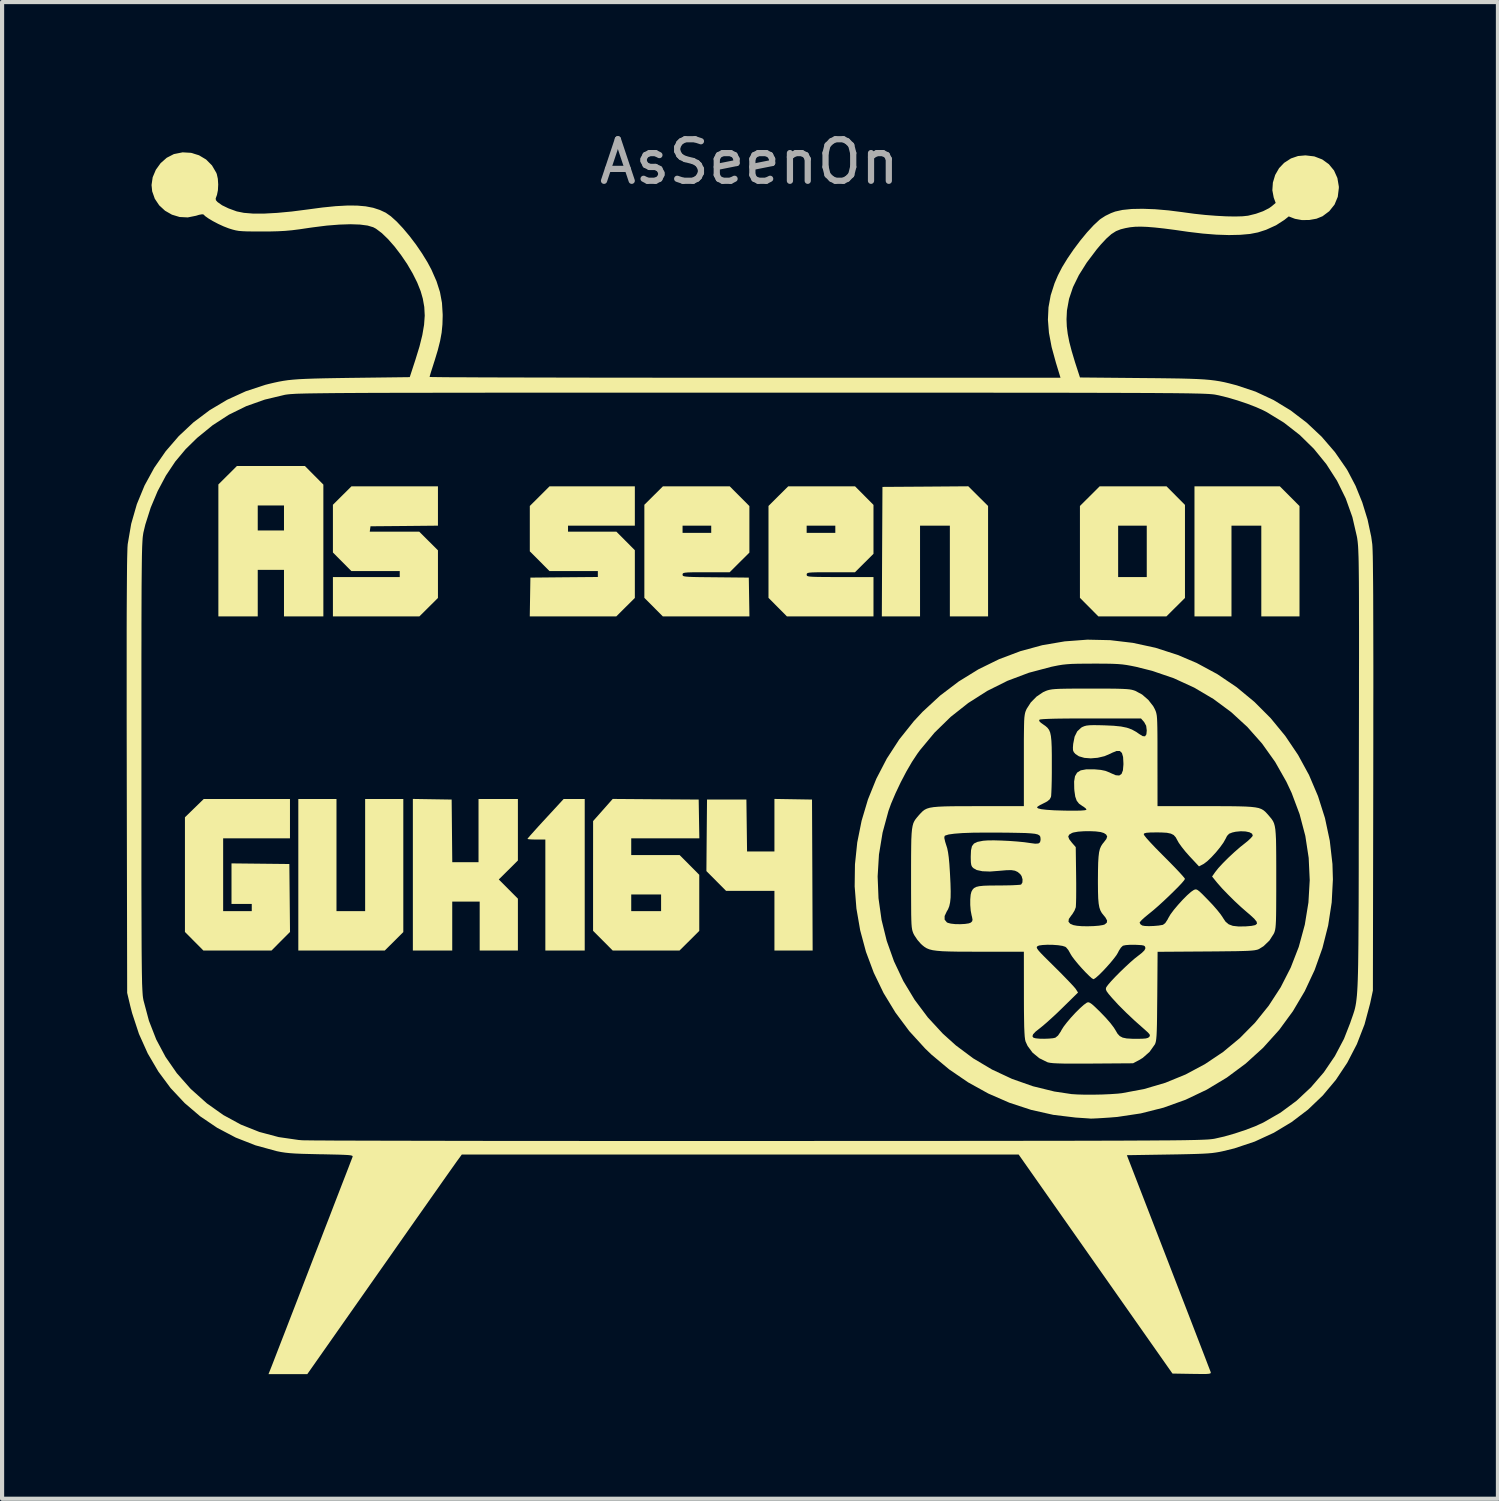
<source format=kicad_pcb>
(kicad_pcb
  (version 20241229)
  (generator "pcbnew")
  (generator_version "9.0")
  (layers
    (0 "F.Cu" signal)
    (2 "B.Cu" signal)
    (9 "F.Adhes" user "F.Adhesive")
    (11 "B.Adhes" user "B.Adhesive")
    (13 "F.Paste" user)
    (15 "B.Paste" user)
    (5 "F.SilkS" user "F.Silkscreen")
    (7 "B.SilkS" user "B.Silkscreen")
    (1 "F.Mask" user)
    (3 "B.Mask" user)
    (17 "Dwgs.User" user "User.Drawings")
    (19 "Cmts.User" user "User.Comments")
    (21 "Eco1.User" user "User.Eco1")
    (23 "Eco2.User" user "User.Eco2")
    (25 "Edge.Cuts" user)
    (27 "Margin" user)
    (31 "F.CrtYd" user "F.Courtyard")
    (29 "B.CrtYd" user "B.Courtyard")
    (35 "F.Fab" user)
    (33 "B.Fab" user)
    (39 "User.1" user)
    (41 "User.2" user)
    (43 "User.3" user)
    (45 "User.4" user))
  (footprint "AsSeenOn"
    (layer "F.Cu")
    (at 14.994 15.326)
    (property "Reference" "AsSeenOn" (at 0 -14.478 0) (unlocked yes) (layer "F.Fab") (effects (font (size 1 1) (thickness 0.15))))
    (attr smd)
    (fp_poly (pts (xy -9.942 3.563) (xy -9.252 3.563) (xy -9.252 0.862) (xy -8.333 0.862) (xy -8.333 4.067) (xy -8.779 4.511) (xy -10.861 4.511) (xy -10.861 0.862) (xy -9.942 0.862)) (stroke (width 0) (type solid)) (fill yes) (layer "F.SilkS"))
    (fp_poly (pts (xy 13.01 -6.428) (xy 13.246 -6.191) (xy 13.246 -3.534) (xy 12.326 -3.534) (xy 12.326 -5.718) (xy 11.608 -5.718) (xy 11.608 -3.534) (xy 10.717 -3.534) (xy 10.717 -6.666) (xy 12.773 -6.666)) (stroke (width 0) (type solid)) (fill yes) (layer "F.SilkS"))
    (fp_poly (pts (xy 5.747 -6.193) (xy 5.747 -3.534) (xy 4.827 -3.534) (xy 4.827 -5.718) (xy 4.109 -5.718) (xy 4.109 -3.534) (xy 3.189 -3.534) (xy 3.196 -5.093) (xy 3.204 -6.652) (xy 4.237 -6.659) (xy 5.271 -6.667)) (stroke (width 0) (type solid)) (fill yes) (layer "F.SilkS"))
    (fp_poly (pts (xy 1.508 0.876) (xy 1.516 2.694) (xy 1.523 4.511) (xy 0.603 4.511) (xy 0.603 3.074) (xy -0.562 3.074) (xy -1.035 2.598) (xy -1.028 1.737) (xy -1.02 0.876) (xy -0.072 0.876) (xy -0.064 1.501) (xy -0.056 2.126) (xy 0.603 2.126) (xy 0.603 0.861)) (stroke (width 0) (type solid)) (fill yes) (layer "F.SilkS"))
    (fp_poly (pts (xy -3.965 4.511) (xy -4.913 4.511) (xy -4.913 1.839) (xy -5.129 1.839) (xy -5.232 1.837) (xy -5.308 1.832) (xy -5.343 1.825) (xy -5.344 1.824) (xy -5.326 1.799) (xy -5.274 1.738) (xy -5.193 1.648) (xy -5.091 1.534) (xy -4.971 1.403) (xy -4.908 1.335) (xy -4.472 0.862) (xy -3.965 0.862)) (stroke (width 0) (type solid)) (fill yes) (layer "F.SilkS"))
    (fp_poly (pts (xy 10.488 -6.219) (xy 10.488 -3.978) (xy 10.041 -3.534) (xy 8.403 -3.534) (xy 7.959 -3.981) (xy 7.959 -4.482) (xy 8.879 -4.482) (xy 9.568 -4.482) (xy 9.568 -5.718) (xy 8.879 -5.718) (xy 8.879 -4.482) (xy 7.959 -4.482) (xy 7.959 -6.193) (xy 8.197 -6.43) (xy 8.434 -6.666) (xy 10.044 -6.666)) (stroke (width 0) (type solid)) (fill yes) (layer "F.SilkS"))
    (fp_poly (pts (xy -11.062 1.81) (xy -12.671 1.81) (xy -12.671 3.563) (xy -11.982 3.563) (xy -11.982 3.39) (xy -12.47 3.39) (xy -12.47 2.413) (xy -11.077 2.428) (xy -11.061 4.064) (xy -11.284 4.287) (xy -11.506 4.511) (xy -13.147 4.511) (xy -13.591 4.064) (xy -13.591 1.303) (xy -13.364 1.082) (xy -13.138 0.862) (xy -11.062 0.862)) (stroke (width 0) (type solid)) (fill yes) (layer "F.SilkS"))
    (fp_poly (pts (xy -7.169 0.876) (xy -7.154 2.385) (xy -6.522 2.385) (xy -6.522 0.862) (xy -5.574 0.862) (xy -5.574 2.343) (xy -5.804 2.572) (xy -6.034 2.8) (xy -5.804 3.031) (xy -5.574 3.262) (xy -5.574 4.511) (xy -6.494 4.511) (xy -6.494 3.333) (xy -7.155 3.333) (xy -7.155 4.511) (xy -8.103 4.511) (xy -8.103 0.861)) (stroke (width 0) (type solid)) (fill yes) (layer "F.SilkS"))
    (fp_poly (pts (xy -10.48 -6.931) (xy -10.258 -6.708) (xy -10.258 -3.534) (xy -11.206 -3.534) (xy -11.206 -4.655) (xy -11.838 -4.655) (xy -11.838 -3.534) (xy -12.786 -3.534) (xy -12.786 -5.603) (xy -11.838 -5.603) (xy -11.206 -5.603) (xy -11.206 -6.206) (xy -11.838 -6.206) (xy -11.838 -5.603) (xy -12.786 -5.603) (xy -12.786 -6.711) (xy -12.563 -6.933) (xy -12.34 -7.155) (xy -10.702 -7.155)) (stroke (width 0) (type solid)) (fill yes) (layer "F.SilkS"))
    (fp_poly (pts (xy -7.499 -5.719) (xy -8.311 -5.711) (xy -9.123 -5.704) (xy -9.132 -5.639) (xy -9.141 -5.574) (xy -7.949 -5.574) (xy -7.499 -5.125) (xy -7.499 -3.978) (xy -7.946 -3.534) (xy -10.028 -3.534) (xy -10.028 -4.482) (xy -8.419 -4.482) (xy -8.419 -4.626) (xy -9.584 -4.626) (xy -10.028 -5.073) (xy -10.028 -6.222) (xy -9.805 -6.444) (xy -9.581 -6.666) (xy -7.499 -6.666)) (stroke (width 0) (type solid)) (fill yes) (layer "F.SilkS"))
    (fp_poly (pts (xy -2.758 -5.718) (xy -4.367 -5.718) (xy -4.367 -5.574) (xy -3.202 -5.574) (xy -2.98 -5.351) (xy -2.758 -5.128) (xy -2.758 -3.978) (xy -2.982 -3.756) (xy -3.205 -3.534) (xy -5.288 -3.534) (xy -5.273 -4.468) (xy -4.461 -4.476) (xy -3.649 -4.483) (xy -3.649 -4.626) (xy -4.814 -4.626) (xy -5.05 -4.864) (xy -5.287 -5.101) (xy -5.287 -6.193) (xy -5.049 -6.43) (xy -4.812 -6.666) (xy -2.758 -6.666)) (stroke (width 0) (type solid)) (fill yes) (layer "F.SilkS"))
    (fp_poly (pts (xy -2.256 0.869) (xy -1.221 0.876) (xy -1.205 1.81) (xy -2.845 1.81) (xy -2.845 2.212) (xy -1.68 2.212) (xy -1.443 2.45) (xy -1.207 2.688) (xy -1.207 4.038) (xy -1.444 4.275) (xy -1.682 4.511) (xy -3.291 4.511) (xy -3.764 4.036) (xy -3.764 3.563) (xy -2.845 3.563) (xy -2.126 3.563) (xy -2.126 3.161) (xy -2.845 3.161) (xy -2.845 3.563) (xy -3.764 3.563) (xy -3.764 2.715) (xy -3.763 1.394) (xy -3.291 0.861)) (stroke (width 0) (type solid)) (fill yes) (layer "F.SilkS"))
    (fp_poly (pts (xy 0 -6.191) (xy 0 -5.07) (xy -0.238 -4.834) (xy -0.475 -4.597) (xy -1.042 -4.597) (xy -1.236 -4.597) (xy -1.38 -4.596) (xy -1.481 -4.593) (xy -1.547 -4.587) (xy -1.585 -4.579) (xy -1.603 -4.566) (xy -1.609 -4.549) (xy -1.609 -4.54) (xy -1.607 -4.523) (xy -1.597 -4.51) (xy -1.573 -4.5) (xy -1.527 -4.493) (xy -1.455 -4.487) (xy -1.35 -4.483) (xy -1.205 -4.48) (xy -1.014 -4.478) (xy -0.812 -4.476) (xy -0.014 -4.468) (xy 0.001 -3.534) (xy -2.084 -3.534) (xy -2.529 -3.981) (xy -2.529 -5.545) (xy -1.609 -5.545) (xy -0.919 -5.545) (xy -0.919 -5.718) (xy -1.609 -5.718) (xy -1.609 -5.545) (xy -2.529 -5.545) (xy -2.529 -6.222) (xy -2.082 -6.666) (xy -0.473 -6.666)) (stroke (width 0) (type solid)) (fill yes) (layer "F.SilkS"))
    (fp_poly (pts (xy 2.766 -6.443) (xy 2.988 -6.219) (xy 2.988 -5.041) (xy 2.765 -4.819) (xy 2.542 -4.597) (xy 1.96 -4.597) (xy 1.764 -4.597) (xy 1.618 -4.596) (xy 1.514 -4.593) (xy 1.446 -4.588) (xy 1.406 -4.58) (xy 1.386 -4.567) (xy 1.38 -4.551) (xy 1.379 -4.54) (xy 1.381 -4.523) (xy 1.39 -4.51) (xy 1.414 -4.5) (xy 1.457 -4.493) (xy 1.528 -4.488) (xy 1.631 -4.485) (xy 1.772 -4.483) (xy 1.96 -4.482) (xy 2.184 -4.482) (xy 2.988 -4.482) (xy 2.988 -3.534) (xy 0.904 -3.534) (xy 0.682 -3.757) (xy 0.46 -3.981) (xy 0.46 -5.545) (xy 1.379 -5.545) (xy 2.069 -5.545) (xy 2.069 -5.718) (xy 1.379 -5.718) (xy 1.379 -5.545) (xy 0.46 -5.545) (xy 0.46 -6.193) (xy 0.697 -6.43) (xy 0.935 -6.666) (xy 2.544 -6.666)) (stroke (width 0) (type solid)) (fill yes) (layer "F.SilkS"))
    (fp_poly (pts (xy 8.686 -2.962) (xy 9.234 -2.897) (xy 9.778 -2.779) (xy 10.314 -2.606) (xy 10.769 -2.413) (xy 11.267 -2.144) (xy 11.732 -1.83) (xy 12.161 -1.475) (xy 12.552 -1.083) (xy 12.903 -0.656) (xy 13.211 -0.199) (xy 13.475 0.285) (xy 13.691 0.793) (xy 13.859 1.322) (xy 13.975 1.868) (xy 14.039 2.427) (xy 14.05 2.797) (xy 14.021 3.354) (xy 13.936 3.907) (xy 13.798 4.452) (xy 13.61 4.981) (xy 13.372 5.49) (xy 13.087 5.972) (xy 12.758 6.421) (xy 12.751 6.429) (xy 12.368 6.854) (xy 11.948 7.235) (xy 11.495 7.571) (xy 11.013 7.861) (xy 10.505 8.103) (xy 9.974 8.294) (xy 9.424 8.433) (xy 8.859 8.518) (xy 8.673 8.533) (xy 8.522 8.543) (xy 8.39 8.551) (xy 8.288 8.556) (xy 8.227 8.558) (xy 8.218 8.558) (xy 8.173 8.554) (xy 8.084 8.548) (xy 7.965 8.54) (xy 7.858 8.533) (xy 7.319 8.468) (xy 6.785 8.348) (xy 6.261 8.176) (xy 5.754 7.955) (xy 5.268 7.686) (xy 4.81 7.373) (xy 4.385 7.018) (xy 4.233 6.872) (xy 3.85 6.452) (xy 3.517 6.005) (xy 3.231 5.535) (xy 2.995 5.046) (xy 2.807 4.542) (xy 2.668 4.025) (xy 2.577 3.499) (xy 2.535 2.969) (xy 2.538 2.728) (xy 3.088 2.728) (xy 3.109 3.253) (xy 3.182 3.772) (xy 3.307 4.279) (xy 3.482 4.771) (xy 3.706 5.245) (xy 3.978 5.696) (xy 4.296 6.121) (xy 4.66 6.515) (xy 4.971 6.795) (xy 5.389 7.107) (xy 5.843 7.377) (xy 6.324 7.602) (xy 6.827 7.779) (xy 7.344 7.906) (xy 7.758 7.968) (xy 7.897 7.977) (xy 8.077 7.982) (xy 8.28 7.982) (xy 8.491 7.978) (xy 8.693 7.969) (xy 8.87 7.957) (xy 8.969 7.946) (xy 9.501 7.847) (xy 10.014 7.696) (xy 10.504 7.495) (xy 10.968 7.247) (xy 11.404 6.955) (xy 11.807 6.621) (xy 12.175 6.249) (xy 12.504 5.84) (xy 12.792 5.397) (xy 13.034 4.923) (xy 13.229 4.421) (xy 13.23 4.417) (xy 13.374 3.887) (xy 13.461 3.353) (xy 13.492 2.816) (xy 13.467 2.281) (xy 13.386 1.751) (xy 13.248 1.228) (xy 13.056 0.715) (xy 12.929 0.445) (xy 12.659 -0.031) (xy 12.346 -0.47) (xy 11.992 -0.87) (xy 11.6 -1.23) (xy 11.173 -1.546) (xy 10.711 -1.819) (xy 10.219 -2.045) (xy 9.698 -2.223) (xy 9.311 -2.32) (xy 9.189 -2.345) (xy 9.082 -2.364) (xy 8.979 -2.378) (xy 8.87 -2.387) (xy 8.742 -2.393) (xy 8.584 -2.396) (xy 8.385 -2.397) (xy 8.289 -2.397) (xy 8.07 -2.396) (xy 7.897 -2.394) (xy 7.758 -2.39) (xy 7.643 -2.382) (xy 7.539 -2.371) (xy 7.435 -2.354) (xy 7.32 -2.331) (xy 7.268 -2.32) (xy 6.729 -2.177) (xy 6.214 -1.983) (xy 5.727 -1.74) (xy 5.27 -1.449) (xy 4.846 -1.114) (xy 4.457 -0.734) (xy 4.107 -0.313) (xy 4.044 -0.227) (xy 3.914 -0.03) (xy 3.777 0.206) (xy 3.642 0.464) (xy 3.518 0.726) (xy 3.412 0.975) (xy 3.349 1.149) (xy 3.207 1.672) (xy 3.12 2.2) (xy 3.088 2.728) (xy 2.538 2.728) (xy 2.542 2.438) (xy 2.597 1.909) (xy 2.702 1.386) (xy 2.855 0.873) (xy 3.057 0.374) (xy 3.308 -0.109) (xy 3.608 -0.571) (xy 3.957 -1.008) (xy 4.17 -1.237) (xy 4.591 -1.626) (xy 5.04 -1.967) (xy 5.515 -2.26) (xy 6.011 -2.503) (xy 6.525 -2.697) (xy 7.053 -2.841) (xy 7.592 -2.933) (xy 8.138 -2.974)) (stroke (width 0) (type solid)) (fill yes) (layer "F.SilkS"))
    (fp_poly (pts (xy -13.443 -14.696) (xy -13.252 -14.637) (xy -13.081 -14.535) (xy -12.94 -14.393) (xy -12.837 -14.217) (xy -12.824 -14.185) (xy -12.799 -14.072) (xy -12.79 -13.934) (xy -12.797 -13.795) (xy -12.82 -13.681) (xy -12.827 -13.664) (xy -12.851 -13.597) (xy -12.845 -13.555) (xy -12.808 -13.513) (xy -12.805 -13.51) (xy -12.696 -13.433) (xy -12.541 -13.358) (xy -12.355 -13.29) (xy -12.34 -13.285) (xy -12.171 -13.251) (xy -11.951 -13.233) (xy -11.684 -13.233) (xy -11.372 -13.25) (xy -11.019 -13.283) (xy -10.646 -13.331) (xy -10.278 -13.38) (xy -9.96 -13.412) (xy -9.685 -13.427) (xy -9.447 -13.426) (xy -9.24 -13.408) (xy -9.059 -13.373) (xy -8.897 -13.32) (xy -8.756 -13.254) (xy -8.634 -13.169) (xy -8.493 -13.042) (xy -8.341 -12.88) (xy -8.183 -12.692) (xy -8.028 -12.488) (xy -7.882 -12.274) (xy -7.751 -12.061) (xy -7.655 -11.881) (xy -7.533 -11.603) (xy -7.45 -11.343) (xy -7.402 -11.083) (xy -7.385 -10.804) (xy -7.385 -10.766) (xy -7.391 -10.562) (xy -7.41 -10.367) (xy -7.447 -10.166) (xy -7.503 -9.944) (xy -7.581 -9.686) (xy -7.588 -9.666) (xy -7.63 -9.533) (xy -7.666 -9.421) (xy -7.69 -9.34) (xy -7.7 -9.301) (xy -7.7 -9.3) (xy -7.672 -9.298) (xy -7.589 -9.297) (xy -7.453 -9.295) (xy -7.266 -9.293) (xy -7.031 -9.292) (xy -6.751 -9.291) (xy -6.428 -9.289) (xy -6.063 -9.288) (xy -5.661 -9.287) (xy -5.221 -9.286) (xy -4.749 -9.285) (xy -4.244 -9.284) (xy -3.711 -9.283) (xy -3.151 -9.282) (xy -2.566 -9.282) (xy -1.96 -9.281) (xy -1.334 -9.281) (xy -0.691 -9.281) (xy -0.105 -9.281) (xy 7.491 -9.281) (xy 7.38 -9.645) (xy 7.277 -10.021) (xy 7.213 -10.362) (xy 7.188 -10.678) (xy 7.202 -10.977) (xy 7.255 -11.266) (xy 7.348 -11.556) (xy 7.43 -11.748) (xy 7.53 -11.942) (xy 7.659 -12.153) (xy 7.808 -12.371) (xy 7.968 -12.584) (xy 8.131 -12.782) (xy 8.288 -12.952) (xy 8.431 -13.085) (xy 8.463 -13.109) (xy 8.572 -13.179) (xy 8.706 -13.244) (xy 8.807 -13.282) (xy 8.982 -13.321) (xy 9.205 -13.344) (xy 9.469 -13.349) (xy 9.768 -13.338) (xy 10.094 -13.31) (xy 10.44 -13.266) (xy 10.459 -13.263) (xy 10.718 -13.228) (xy 10.98 -13.2) (xy 11.238 -13.18) (xy 11.479 -13.167) (xy 11.694 -13.163) (xy 11.873 -13.168) (xy 12.006 -13.182) (xy 12.01 -13.183) (xy 12.197 -13.229) (xy 12.37 -13.291) (xy 12.512 -13.363) (xy 12.579 -13.411) (xy 12.672 -13.49) (xy 12.625 -13.619) (xy 12.592 -13.794) (xy 12.605 -13.98) (xy 12.66 -14.163) (xy 12.754 -14.327) (xy 12.876 -14.455) (xy 13.04 -14.561) (xy 13.21 -14.619) (xy 13.39 -14.635) (xy 13.603 -14.61) (xy 13.793 -14.537) (xy 13.953 -14.422) (xy 14.077 -14.271) (xy 14.158 -14.09) (xy 14.193 -13.884) (xy 14.193 -13.849) (xy 14.167 -13.636) (xy 14.089 -13.449) (xy 13.962 -13.29) (xy 13.8 -13.169) (xy 13.655 -13.11) (xy 13.481 -13.079) (xy 13.303 -13.077) (xy 13.142 -13.106) (xy 13.116 -13.115) (xy 12.987 -13.165) (xy 12.88 -13.08) (xy 12.681 -12.952) (xy 12.441 -12.843) (xy 12.245 -12.78) (xy 12.055 -12.743) (xy 11.819 -12.722) (xy 11.545 -12.716) (xy 11.242 -12.726) (xy 10.918 -12.752) (xy 10.582 -12.792) (xy 10.559 -12.795) (xy 10.247 -12.84) (xy 9.985 -12.874) (xy 9.764 -12.898) (xy 9.579 -12.913) (xy 9.423 -12.919) (xy 9.288 -12.916) (xy 9.167 -12.904) (xy 9.053 -12.883) (xy 8.941 -12.855) (xy 8.829 -12.811) (xy 8.716 -12.739) (xy 8.596 -12.632) (xy 8.459 -12.485) (xy 8.362 -12.37) (xy 8.122 -12.052) (xy 7.933 -11.751) (xy 7.792 -11.463) (xy 7.697 -11.18) (xy 7.646 -10.899) (xy 7.636 -10.689) (xy 7.643 -10.516) (xy 7.665 -10.337) (xy 7.703 -10.143) (xy 7.761 -9.921) (xy 7.839 -9.66) (xy 7.857 -9.604) (xy 7.96 -9.287) (xy 9.461 -9.273) (xy 9.818 -9.27) (xy 10.123 -9.266) (xy 10.383 -9.262) (xy 10.604 -9.256) (xy 10.791 -9.249) (xy 10.951 -9.24) (xy 11.089 -9.228) (xy 11.212 -9.213) (xy 11.326 -9.195) (xy 11.437 -9.173) (xy 11.55 -9.146) (xy 11.672 -9.114) (xy 11.74 -9.096) (xy 12.188 -8.946) (xy 12.621 -8.744) (xy 13.034 -8.493) (xy 13.421 -8.197) (xy 13.778 -7.862) (xy 14.098 -7.491) (xy 14.377 -7.088) (xy 14.407 -7.038) (xy 14.596 -6.677) (xy 14.757 -6.28) (xy 14.885 -5.865) (xy 14.973 -5.452) (xy 14.998 -5.273) (xy 15.002 -5.214) (xy 15.006 -5.118) (xy 15.01 -4.984) (xy 15.013 -4.811) (xy 15.015 -4.596) (xy 15.018 -4.339) (xy 15.02 -4.038) (xy 15.021 -3.691) (xy 15.022 -3.297) (xy 15.023 -2.855) (xy 15.024 -2.362) (xy 15.024 -1.819) (xy 15.023 -1.222) (xy 15.023 -0.571) (xy 15.022 0.136) (xy 15.022 0.244) (xy 15.013 5.474) (xy 14.947 5.783) (xy 14.812 6.289) (xy 14.627 6.766) (xy 14.396 7.212) (xy 14.121 7.626) (xy 13.805 8.003) (xy 13.449 8.343) (xy 13.055 8.642) (xy 12.628 8.899) (xy 12.168 9.111) (xy 11.678 9.275) (xy 11.4 9.343) (xy 11.314 9.361) (xy 11.23 9.375) (xy 11.14 9.387) (xy 11.036 9.396) (xy 10.912 9.403) (xy 10.758 9.409) (xy 10.569 9.414) (xy 10.336 9.419) (xy 10.097 9.423) (xy 9.089 9.439) (xy 10.09 12.025) (xy 10.232 12.393) (xy 10.369 12.747) (xy 10.499 13.083) (xy 10.62 13.396) (xy 10.731 13.684) (xy 10.83 13.941) (xy 10.917 14.166) (xy 10.989 14.353) (xy 11.045 14.5) (xy 11.084 14.601) (xy 11.105 14.655) (xy 11.107 14.662) (xy 11.11 14.681) (xy 11.098 14.694) (xy 11.065 14.702) (xy 11.002 14.707) (xy 10.901 14.708) (xy 10.754 14.706) (xy 10.656 14.705) (xy 10.187 14.697) (xy 8.336 12.061) (xy 6.484 9.424) (xy -6.925 9.424) (xy -7.047 9.591) (xy -7.08 9.638) (xy -7.144 9.728) (xy -7.236 9.858) (xy -7.354 10.025) (xy -7.495 10.226) (xy -7.658 10.457) (xy -7.84 10.716) (xy -8.038 10.997) (xy -8.25 11.299) (xy -8.474 11.618) (xy -8.707 11.951) (xy -8.907 12.235) (xy -10.645 14.711) (xy -11.579 14.711) (xy -11.519 14.56) (xy -11.503 14.52) (xy -11.468 14.43) (xy -11.416 14.295) (xy -11.349 14.122) (xy -11.268 13.913) (xy -11.175 13.674) (xy -11.073 13.409) (xy -10.962 13.123) (xy -10.845 12.82) (xy -10.724 12.506) (xy -10.6 12.185) (xy -10.475 11.861) (xy -10.35 11.54) (xy -10.229 11.225) (xy -10.111 10.922) (xy -10.001 10.635) (xy -9.898 10.369) (xy -9.805 10.128) (xy -9.723 9.917) (xy -9.655 9.741) (xy -9.603 9.605) (xy -9.567 9.512) (xy -9.554 9.478) (xy -9.553 9.464) (xy -9.565 9.452) (xy -9.598 9.443) (xy -9.656 9.436) (xy -9.747 9.431) (xy -9.875 9.426) (xy -10.048 9.422) (xy -10.271 9.417) (xy -10.32 9.417) (xy -10.57 9.411) (xy -10.771 9.406) (xy -10.933 9.399) (xy -11.065 9.39) (xy -11.176 9.378) (xy -11.275 9.363) (xy -11.371 9.344) (xy -11.384 9.341) (xy -11.891 9.202) (xy -12.368 9.015) (xy -12.813 8.781) (xy -13.224 8.503) (xy -13.599 8.183) (xy -13.936 7.823) (xy -14.232 7.424) (xy -14.487 6.989) (xy -14.698 6.52) (xy -14.863 6.018) (xy -14.907 5.847) (xy -14.982 5.531) (xy -14.992 0.273) (xy -14.992 0.072) (xy -14.639 0.072) (xy -14.639 0.728) (xy -14.639 1.329) (xy -14.639 1.878) (xy -14.639 2.377) (xy -14.639 2.828) (xy -14.638 3.235) (xy -14.637 3.6) (xy -14.636 3.924) (xy -14.635 4.212) (xy -14.634 4.464) (xy -14.632 4.685) (xy -14.63 4.875) (xy -14.628 5.039) (xy -14.625 5.178) (xy -14.623 5.295) (xy -14.619 5.392) (xy -14.615 5.472) (xy -14.611 5.538) (xy -14.607 5.592) (xy -14.602 5.636) (xy -14.596 5.673) (xy -14.59 5.706) (xy -14.587 5.718) (xy -14.458 6.202) (xy -14.282 6.653) (xy -14.058 7.073) (xy -13.786 7.465) (xy -13.463 7.831) (xy -13.434 7.859) (xy -13.063 8.191) (xy -12.665 8.473) (xy -12.244 8.702) (xy -11.8 8.879) (xy -11.335 9.003) (xy -10.852 9.073) (xy -10.775 9.079) (xy -10.724 9.081) (xy -10.618 9.082) (xy -10.459 9.084) (xy -10.248 9.085) (xy -9.988 9.087) (xy -9.681 9.088) (xy -9.329 9.089) (xy -8.934 9.09) (xy -8.498 9.091) (xy -8.024 9.092) (xy -7.512 9.093) (xy -6.966 9.094) (xy -6.387 9.095) (xy -5.778 9.095) (xy -5.14 9.096) (xy -4.475 9.096) (xy -3.786 9.097) (xy -3.075 9.097) (xy -2.344 9.097) (xy -1.595 9.097) (xy -0.829 9.097) (xy -0.049 9.097) (xy 0.23 9.097) (xy 1.164 9.097) (xy 2.042 9.096) (xy 2.866 9.096) (xy 3.638 9.096) (xy 4.359 9.095) (xy 5.032 9.095) (xy 5.658 9.094) (xy 6.239 9.094) (xy 6.776 9.093) (xy 7.272 9.092) (xy 7.728 9.092) (xy 8.146 9.091) (xy 8.527 9.09) (xy 8.874 9.089) (xy 9.188 9.088) (xy 9.471 9.086) (xy 9.725 9.085) (xy 9.951 9.083) (xy 10.151 9.082) (xy 10.327 9.08) (xy 10.481 9.078) (xy 10.615 9.075) (xy 10.73 9.073) (xy 10.827 9.07) (xy 10.91 9.067) (xy 10.979 9.064) (xy 11.036 9.061) (xy 11.084 9.057) (xy 11.123 9.053) (xy 11.156 9.049) (xy 11.184 9.045) (xy 11.206 9.041) (xy 11.435 8.989) (xy 11.687 8.917) (xy 11.94 8.833) (xy 12.177 8.743) (xy 12.374 8.653) (xy 12.789 8.414) (xy 13.173 8.13) (xy 13.521 7.805) (xy 13.831 7.445) (xy 14.097 7.054) (xy 14.317 6.637) (xy 14.467 6.254) (xy 14.491 6.183) (xy 14.513 6.121) (xy 14.533 6.064) (xy 14.551 6.009) (xy 14.568 5.955) (xy 14.583 5.898) (xy 14.596 5.836) (xy 14.608 5.767) (xy 14.618 5.687) (xy 14.628 5.594) (xy 14.636 5.485) (xy 14.643 5.359) (xy 14.649 5.211) (xy 14.654 5.041) (xy 14.658 4.844) (xy 14.661 4.618) (xy 14.664 4.362) (xy 14.666 4.071) (xy 14.668 3.744) (xy 14.67 3.378) (xy 14.671 2.97) (xy 14.672 2.517) (xy 14.672 2.018) (xy 14.673 1.469) (xy 14.674 0.868) (xy 14.675 0.212) (xy 14.675 0.201) (xy 14.676 -0.449) (xy 14.677 -1.045) (xy 14.678 -1.588) (xy 14.678 -2.081) (xy 14.679 -2.528) (xy 14.679 -2.93) (xy 14.679 -3.29) (xy 14.678 -3.611) (xy 14.678 -3.895) (xy 14.677 -4.144) (xy 14.676 -4.363) (xy 14.674 -4.552) (xy 14.672 -4.715) (xy 14.67 -4.854) (xy 14.667 -4.972) (xy 14.663 -5.071) (xy 14.66 -5.155) (xy 14.656 -5.225) (xy 14.651 -5.284) (xy 14.646 -5.334) (xy 14.64 -5.38) (xy 14.634 -5.422) (xy 14.627 -5.459) (xy 14.519 -5.926) (xy 14.359 -6.374) (xy 14.149 -6.8) (xy 13.892 -7.2) (xy 13.592 -7.569) (xy 13.251 -7.903) (xy 12.873 -8.198) (xy 12.462 -8.45) (xy 12.373 -8.496) (xy 12.199 -8.574) (xy 11.986 -8.656) (xy 11.754 -8.734) (xy 11.521 -8.803) (xy 11.305 -8.856) (xy 11.235 -8.87) (xy 11.209 -8.875) (xy 11.18 -8.879) (xy 11.146 -8.883) (xy 11.105 -8.886) (xy 11.055 -8.89) (xy 10.994 -8.893) (xy 10.922 -8.896) (xy 10.835 -8.899) (xy 10.733 -8.901) (xy 10.613 -8.904) (xy 10.475 -8.906) (xy 10.315 -8.908) (xy 10.133 -8.91) (xy 9.926 -8.911) (xy 9.693 -8.913) (xy 9.432 -8.914) (xy 9.142 -8.915) (xy 8.82 -8.916) (xy 8.466 -8.917) (xy 8.076 -8.918) (xy 7.65 -8.919) (xy 7.186 -8.92) (xy 6.682 -8.92) (xy 6.135 -8.92) (xy 5.546 -8.921) (xy 4.911 -8.921) (xy 4.229 -8.921) (xy 3.498 -8.921) (xy 2.717 -8.922) (xy 1.884 -8.922) (xy 0.997 -8.922) (xy 0.054 -8.922) (xy 0.029 -8.922) (xy -0.915 -8.922) (xy -1.803 -8.922) (xy -2.636 -8.922) (xy -3.418 -8.921) (xy -4.149 -8.921) (xy -4.831 -8.921) (xy -5.467 -8.921) (xy -6.057 -8.921) (xy -6.603 -8.92) (xy -7.108 -8.92) (xy -7.573 -8.919) (xy -7.999 -8.918) (xy -8.389 -8.918) (xy -8.745 -8.917) (xy -9.067 -8.916) (xy -9.358 -8.915) (xy -9.619 -8.913) (xy -9.852 -8.912) (xy -10.06 -8.91) (xy -10.243 -8.908) (xy -10.403 -8.906) (xy -10.543 -8.904) (xy -10.664 -8.902) (xy -10.767 -8.899) (xy -10.855 -8.897) (xy -10.928 -8.894) (xy -10.99 -8.89) (xy -11.041 -8.887) (xy -11.084 -8.883) (xy -11.12 -8.879) (xy -11.15 -8.875) (xy -11.178 -8.871) (xy -11.192 -8.868) (xy -11.669 -8.754) (xy -12.115 -8.596) (xy -12.532 -8.391) (xy -12.925 -8.136) (xy -13.3 -7.83) (xy -13.574 -7.561) (xy -13.822 -7.265) (xy -14.049 -6.925) (xy -14.248 -6.551) (xy -14.415 -6.154) (xy -14.545 -5.745) (xy -14.586 -5.574) (xy -14.593 -5.543) (xy -14.598 -5.509) (xy -14.604 -5.469) (xy -14.609 -5.422) (xy -14.613 -5.364) (xy -14.617 -5.293) (xy -14.621 -5.208) (xy -14.624 -5.104) (xy -14.627 -4.979) (xy -14.629 -4.832) (xy -14.631 -4.659) (xy -14.633 -4.458) (xy -14.635 -4.227) (xy -14.636 -3.962) (xy -14.637 -3.662) (xy -14.638 -3.324) (xy -14.638 -2.944) (xy -14.639 -2.522) (xy -14.639 -2.054) (xy -14.639 -1.538) (xy -14.639 -0.971) (xy -14.639 -0.35) (xy -14.639 0.072) (xy -14.992 0.072) (xy -14.993 -0.442) (xy -14.994 -1.1) (xy -14.994 -1.705) (xy -14.994 -2.256) (xy -14.994 -2.756) (xy -14.994 -3.206) (xy -14.993 -3.608) (xy -14.991 -3.962) (xy -14.989 -4.271) (xy -14.987 -4.537) (xy -14.985 -4.76) (xy -14.982 -4.942) (xy -14.978 -5.085) (xy -14.975 -5.19) (xy -14.97 -5.259) (xy -14.969 -5.273) (xy -14.885 -5.763) (xy -14.749 -6.236) (xy -14.563 -6.687) (xy -14.33 -7.113) (xy -14.054 -7.511) (xy -13.738 -7.877) (xy -13.384 -8.208) (xy -12.995 -8.5) (xy -12.575 -8.75) (xy -12.126 -8.955) (xy -11.652 -9.111) (xy -11.565 -9.133) (xy -11.447 -9.161) (xy -11.336 -9.185) (xy -11.227 -9.205) (xy -11.112 -9.222) (xy -10.985 -9.235) (xy -10.84 -9.246) (xy -10.67 -9.254) (xy -10.47 -9.261) (xy -10.233 -9.267) (xy -9.953 -9.272) (xy -9.623 -9.277) (xy -9.541 -9.278) (xy -8.178 -9.295) (xy -8.042 -9.712) (xy -7.944 -10.031) (xy -7.875 -10.309) (xy -7.833 -10.555) (xy -7.817 -10.777) (xy -7.828 -10.985) (xy -7.864 -11.187) (xy -7.915 -11.365) (xy -7.999 -11.575) (xy -8.11 -11.796) (xy -8.241 -12.02) (xy -8.388 -12.236) (xy -8.542 -12.438) (xy -8.699 -12.617) (xy -8.85 -12.763) (xy -8.991 -12.869) (xy -9.058 -12.905) (xy -9.193 -12.945) (xy -9.377 -12.969) (xy -9.606 -12.977) (xy -9.875 -12.968) (xy -10.178 -12.944) (xy -10.51 -12.902) (xy -10.617 -12.887) (xy -10.832 -12.855) (xy -11.014 -12.832) (xy -11.18 -12.817) (xy -11.349 -12.808) (xy -11.541 -12.803) (xy -11.737 -12.802) (xy -11.936 -12.803) (xy -12.087 -12.804) (xy -12.202 -12.809) (xy -12.292 -12.816) (xy -12.367 -12.829) (xy -12.439 -12.847) (xy -12.517 -12.871) (xy -12.544 -12.88) (xy -12.662 -12.926) (xy -12.79 -12.985) (xy -12.916 -13.051) (xy -13.026 -13.117) (xy -13.106 -13.174) (xy -13.141 -13.21) (xy -13.177 -13.217) (xy -13.253 -13.203) (xy -13.324 -13.181) (xy -13.523 -13.141) (xy -13.719 -13.151) (xy -13.904 -13.207) (xy -14.07 -13.302) (xy -14.21 -13.431) (xy -14.316 -13.589) (xy -14.38 -13.77) (xy -14.395 -13.921) (xy -14.368 -14.107) (xy -14.292 -14.287) (xy -14.177 -14.447) (xy -14.03 -14.577) (xy -13.861 -14.664) (xy -13.852 -14.667) (xy -13.646 -14.708)) (stroke (width 0) (type solid)) (fill yes) (layer "F.SilkS"))
    (fp_poly (pts (xy 8.478 -1.796) (xy 8.687 -1.795) (xy 8.852 -1.793) (xy 8.98 -1.789) (xy 9.078 -1.784) (xy 9.152 -1.777) (xy 9.209 -1.767) (xy 9.256 -1.754) (xy 9.293 -1.741) (xy 9.456 -1.653) (xy 9.605 -1.524) (xy 9.723 -1.373) (xy 9.759 -1.307) (xy 9.776 -1.27) (xy 9.79 -1.233) (xy 9.801 -1.191) (xy 9.81 -1.139) (xy 9.816 -1.069) (xy 9.82 -0.976) (xy 9.823 -0.853) (xy 9.825 -0.695) (xy 9.826 -0.496) (xy 9.826 -0.249) (xy 9.826 -0.065) (xy 9.827 1.034) (xy 10.998 1.035) (xy 11.306 1.035) (xy 11.562 1.036) (xy 11.772 1.039) (xy 11.941 1.044) (xy 12.075 1.052) (xy 12.18 1.064) (xy 12.262 1.08) (xy 12.325 1.103) (xy 12.375 1.131) (xy 12.419 1.167) (xy 12.461 1.211) (xy 12.496 1.25) (xy 12.54 1.302) (xy 12.577 1.348) (xy 12.608 1.395) (xy 12.632 1.448) (xy 12.65 1.513) (xy 12.664 1.596) (xy 12.673 1.703) (xy 12.68 1.838) (xy 12.683 2.009) (xy 12.685 2.22) (xy 12.686 2.478) (xy 12.686 2.773) (xy 12.686 3.068) (xy 12.685 3.312) (xy 12.684 3.51) (xy 12.682 3.667) (xy 12.679 3.79) (xy 12.674 3.884) (xy 12.668 3.954) (xy 12.66 4.007) (xy 12.65 4.047) (xy 12.638 4.082) (xy 12.625 4.109) (xy 12.522 4.27) (xy 12.381 4.406) (xy 12.272 4.474) (xy 12.242 4.487) (xy 12.204 4.497) (xy 12.154 4.506) (xy 12.084 4.513) (xy 11.991 4.519) (xy 11.867 4.523) (xy 11.708 4.527) (xy 11.508 4.529) (xy 11.26 4.532) (xy 10.999 4.534) (xy 9.829 4.542) (xy 9.821 5.611) (xy 9.818 5.891) (xy 9.816 6.119) (xy 9.813 6.301) (xy 9.809 6.444) (xy 9.804 6.552) (xy 9.797 6.633) (xy 9.789 6.691) (xy 9.779 6.732) (xy 9.767 6.764) (xy 9.762 6.773) (xy 9.635 6.952) (xy 9.471 7.096) (xy 9.384 7.149) (xy 9.238 7.226) (xy 8.261 7.233) (xy 7.981 7.234) (xy 7.754 7.234) (xy 7.572 7.233) (xy 7.431 7.229) (xy 7.325 7.224) (xy 7.248 7.216) (xy 7.195 7.206) (xy 7.175 7.2) (xy 6.981 7.104) (xy 6.819 6.971) (xy 6.699 6.809) (xy 6.65 6.702) (xy 6.639 6.657) (xy 6.63 6.586) (xy 6.629 6.576) (xy 6.815 6.576) (xy 6.841 6.611) (xy 6.841 6.611) (xy 6.895 6.625) (xy 6.986 6.634) (xy 7.098 6.636) (xy 7.212 6.632) (xy 7.31 6.623) (xy 7.367 6.61) (xy 7.431 6.559) (xy 7.498 6.46) (xy 7.515 6.426) (xy 7.566 6.345) (xy 7.645 6.242) (xy 7.743 6.126) (xy 7.85 6.01) (xy 7.956 5.905) (xy 8.049 5.821) (xy 8.121 5.769) (xy 8.132 5.763) (xy 8.162 5.757) (xy 8.198 5.769) (xy 8.248 5.803) (xy 8.319 5.866) (xy 8.42 5.964) (xy 8.463 6.007) (xy 8.585 6.134) (xy 8.693 6.258) (xy 8.775 6.366) (xy 8.814 6.428) (xy 8.864 6.513) (xy 8.918 6.571) (xy 8.988 6.608) (xy 9.086 6.628) (xy 9.222 6.636) (xy 9.325 6.637) (xy 9.458 6.635) (xy 9.546 6.628) (xy 9.599 6.613) (xy 9.629 6.59) (xy 9.644 6.562) (xy 9.636 6.53) (xy 9.598 6.486) (xy 9.523 6.418) (xy 9.498 6.396) (xy 9.28 6.203) (xy 9.071 6.006) (xy 8.882 5.817) (xy 8.731 5.652) (xy 8.65 5.557) (xy 8.603 5.493) (xy 8.584 5.449) (xy 8.586 5.414) (xy 8.595 5.393) (xy 8.637 5.335) (xy 8.713 5.247) (xy 8.814 5.14) (xy 8.93 5.023) (xy 9.053 4.905) (xy 9.173 4.794) (xy 9.28 4.701) (xy 9.347 4.649) (xy 9.449 4.569) (xy 9.509 4.51) (xy 9.533 4.465) (xy 9.534 4.443) (xy 9.524 4.412) (xy 9.499 4.393) (xy 9.447 4.382) (xy 9.354 4.376) (xy 9.288 4.373) (xy 9.163 4.373) (xy 9.06 4.381) (xy 8.996 4.395) (xy 8.992 4.397) (xy 8.945 4.442) (xy 8.896 4.518) (xy 8.876 4.559) (xy 8.839 4.622) (xy 8.774 4.708) (xy 8.691 4.809) (xy 8.597 4.915) (xy 8.501 5.017) (xy 8.413 5.104) (xy 8.34 5.168) (xy 8.293 5.199) (xy 8.286 5.201) (xy 8.247 5.18) (xy 8.183 5.123) (xy 8.1 5.041) (xy 8.008 4.943) (xy 7.916 4.839) (xy 7.833 4.738) (xy 7.767 4.65) (xy 7.727 4.585) (xy 7.726 4.581) (xy 7.679 4.498) (xy 7.627 4.436) (xy 7.606 4.421) (xy 7.537 4.399) (xy 7.432 4.383) (xy 7.307 4.374) (xy 7.178 4.372) (xy 7.062 4.378) (xy 6.976 4.39) (xy 6.94 4.405) (xy 6.924 4.42) (xy 6.919 4.44) (xy 6.931 4.468) (xy 6.962 4.511) (xy 7.018 4.574) (xy 7.103 4.661) (xy 7.222 4.779) (xy 7.347 4.903) (xy 7.484 5.039) (xy 7.609 5.167) (xy 7.717 5.279) (xy 7.8 5.368) (xy 7.851 5.427) (xy 7.861 5.441) (xy 7.913 5.523) (xy 7.541 5.888) (xy 7.408 6.017) (xy 7.275 6.14) (xy 7.154 6.249) (xy 7.054 6.334) (xy 7.002 6.376) (xy 6.892 6.463) (xy 6.831 6.528) (xy 6.815 6.576) (xy 6.629 6.576) (xy 6.623 6.484) (xy 6.617 6.346) (xy 6.614 6.166) (xy 6.611 5.941) (xy 6.61 5.665) (xy 6.61 5.567) (xy 6.609 4.54) (xy 5.565 4.54) (xy 5.264 4.539) (xy 5.015 4.538) (xy 4.811 4.534) (xy 4.647 4.528) (xy 4.517 4.517) (xy 4.414 4.503) (xy 4.334 4.483) (xy 4.27 4.457) (xy 4.216 4.424) (xy 4.166 4.384) (xy 4.126 4.347) (xy 4.046 4.255) (xy 3.976 4.151) (xy 3.953 4.109) (xy 3.939 4.075) (xy 3.927 4.04) (xy 3.917 3.997) (xy 3.909 3.942) (xy 3.903 3.867) (xy 3.899 3.768) (xy 3.896 3.639) (xy 3.895 3.474) (xy 3.894 3.267) (xy 3.893 3.014) (xy 3.893 2.773) (xy 3.893 2.466) (xy 3.894 2.21) (xy 3.896 2.001) (xy 3.899 1.832) (xy 3.901 1.799) (xy 4.693 1.799) (xy 4.714 1.892) (xy 4.736 1.962) (xy 4.763 2.047) (xy 4.783 2.145) (xy 4.8 2.267) (xy 4.815 2.424) (xy 4.828 2.625) (xy 4.83 2.659) (xy 4.842 2.897) (xy 4.847 3.086) (xy 4.845 3.235) (xy 4.833 3.351) (xy 4.813 3.443) (xy 4.783 3.519) (xy 4.751 3.573) (xy 4.701 3.68) (xy 4.701 3.767) (xy 4.753 3.831) (xy 4.776 3.844) (xy 4.849 3.863) (xy 4.955 3.875) (xy 5.075 3.877) (xy 5.191 3.871) (xy 5.284 3.857) (xy 5.331 3.839) (xy 5.363 3.808) (xy 5.373 3.77) (xy 5.361 3.704) (xy 5.351 3.666) (xy 5.329 3.55) (xy 5.318 3.415) (xy 5.318 3.28) (xy 5.328 3.166) (xy 5.346 3.096) (xy 5.374 3.045) (xy 5.409 3.007) (xy 5.46 2.98) (xy 5.535 2.962) (xy 5.642 2.951) (xy 5.789 2.946) (xy 5.985 2.945) (xy 6.005 2.945) (xy 6.171 2.943) (xy 6.318 2.94) (xy 6.436 2.934) (xy 6.515 2.928) (xy 6.544 2.921) (xy 6.574 2.872) (xy 6.577 2.797) (xy 6.554 2.718) (xy 6.521 2.671) (xy 6.461 2.62) (xy 6.394 2.589) (xy 6.308 2.575) (xy 6.19 2.577) (xy 6.028 2.591) (xy 6.027 2.591) (xy 5.794 2.609) (xy 5.611 2.602) (xy 5.475 2.573) (xy 5.396 2.529) (xy 5.363 2.496) (xy 5.343 2.454) (xy 5.333 2.388) (xy 5.33 2.284) (xy 5.33 2.244) (xy 5.336 2.099) (xy 5.359 1.999) (xy 5.408 1.935) (xy 5.492 1.895) (xy 5.618 1.87) (xy 5.629 1.868) (xy 5.736 1.86) (xy 5.886 1.858) (xy 6.064 1.863) (xy 6.255 1.872) (xy 6.446 1.886) (xy 6.62 1.903) (xy 6.761 1.923) (xy 6.882 1.939) (xy 6.958 1.934) (xy 6.998 1.905) (xy 7.011 1.85) (xy 7.011 1.839) (xy 7.009 1.797) (xy 7.002 1.767) (xy 7.677 1.767) (xy 7.701 1.831) (xy 7.765 1.914) (xy 7.858 2.021) (xy 7.867 2.698) (xy 7.869 2.896) (xy 7.869 3.078) (xy 7.868 3.237) (xy 7.865 3.363) (xy 7.861 3.446) (xy 7.859 3.47) (xy 7.828 3.551) (xy 7.774 3.639) (xy 7.754 3.663) (xy 7.692 3.751) (xy 7.683 3.817) (xy 7.726 3.867) (xy 7.801 3.899) (xy 7.887 3.915) (xy 8.007 3.925) (xy 8.146 3.927) (xy 8.287 3.923) (xy 8.415 3.913) (xy 8.513 3.897) (xy 8.555 3.883) (xy 8.606 3.841) (xy 9.396 3.841) (xy 9.419 3.882) (xy 9.46 3.909) (xy 9.522 3.92) (xy 9.621 3.924) (xy 9.738 3.92) (xy 9.854 3.91) (xy 9.949 3.894) (xy 9.959 3.891) (xy 10.012 3.852) (xy 10.068 3.767) (xy 10.089 3.726) (xy 10.139 3.641) (xy 10.22 3.532) (xy 10.321 3.412) (xy 10.43 3.292) (xy 10.536 3.185) (xy 10.63 3.101) (xy 10.694 3.057) (xy 10.727 3.042) (xy 10.756 3.039) (xy 10.791 3.053) (xy 10.838 3.089) (xy 10.907 3.154) (xy 11.004 3.253) (xy 11.049 3.299) (xy 11.16 3.416) (xy 11.262 3.533) (xy 11.345 3.637) (xy 11.399 3.716) (xy 11.402 3.723) (xy 11.465 3.816) (xy 11.541 3.88) (xy 11.641 3.917) (xy 11.776 3.932) (xy 11.948 3.93) (xy 12.089 3.918) (xy 12.18 3.899) (xy 12.222 3.866) (xy 12.214 3.817) (xy 12.157 3.746) (xy 12.052 3.649) (xy 11.982 3.59) (xy 11.84 3.466) (xy 11.683 3.32) (xy 11.526 3.164) (xy 11.382 3.015) (xy 11.267 2.884) (xy 11.252 2.866) (xy 11.141 2.729) (xy 11.216 2.622) (xy 11.292 2.526) (xy 11.402 2.407) (xy 11.534 2.275) (xy 11.677 2.142) (xy 11.818 2.019) (xy 11.91 1.946) (xy 12.002 1.872) (xy 12.074 1.804) (xy 12.115 1.756) (xy 12.12 1.744) (xy 12.104 1.698) (xy 12.042 1.664) (xy 11.948 1.644) (xy 11.832 1.639) (xy 11.707 1.651) (xy 11.628 1.669) (xy 11.551 1.699) (xy 11.501 1.752) (xy 11.466 1.821) (xy 11.414 1.913) (xy 11.332 2.027) (xy 11.233 2.148) (xy 11.127 2.263) (xy 11.027 2.359) (xy 10.943 2.423) (xy 10.931 2.43) (xy 10.826 2.485) (xy 10.598 2.241) (xy 10.499 2.129) (xy 10.409 2.016) (xy 10.339 1.918) (xy 10.307 1.861) (xy 10.265 1.784) (xy 10.216 1.73) (xy 10.148 1.696) (xy 10.052 1.676) (xy 9.917 1.668) (xy 9.793 1.667) (xy 9.653 1.669) (xy 9.561 1.676) (xy 9.511 1.689) (xy 9.494 1.706) (xy 9.509 1.739) (xy 9.563 1.807) (xy 9.654 1.908) (xy 9.777 2.038) (xy 9.931 2.194) (xy 9.983 2.246) (xy 10.122 2.386) (xy 10.247 2.514) (xy 10.351 2.624) (xy 10.429 2.71) (xy 10.476 2.767) (xy 10.488 2.786) (xy 10.467 2.821) (xy 10.411 2.888) (xy 10.326 2.978) (xy 10.22 3.084) (xy 10.1 3.201) (xy 9.974 3.32) (xy 9.848 3.435) (xy 9.73 3.538) (xy 9.627 3.622) (xy 9.618 3.629) (xy 9.523 3.707) (xy 9.448 3.775) (xy 9.404 3.825) (xy 9.396 3.841) (xy 8.606 3.841) (xy 8.606 3.841) (xy 8.613 3.789) (xy 8.574 3.717) (xy 8.531 3.664) (xy 8.486 3.608) (xy 8.452 3.547) (xy 8.427 3.474) (xy 8.41 3.38) (xy 8.399 3.257) (xy 8.394 3.096) (xy 8.392 2.889) (xy 8.392 2.816) (xy 8.394 2.582) (xy 8.398 2.398) (xy 8.407 2.255) (xy 8.42 2.146) (xy 8.44 2.063) (xy 8.468 1.998) (xy 8.504 1.942) (xy 8.529 1.912) (xy 8.595 1.826) (xy 8.615 1.764) (xy 8.589 1.717) (xy 8.535 1.682) (xy 8.457 1.658) (xy 8.338 1.643) (xy 8.197 1.637) (xy 8.05 1.639) (xy 7.914 1.649) (xy 7.807 1.668) (xy 7.771 1.679) (xy 7.701 1.72) (xy 7.677 1.767) (xy 7.002 1.767) (xy 7.001 1.762) (xy 6.979 1.736) (xy 6.939 1.715) (xy 6.875 1.7) (xy 6.78 1.69) (xy 6.65 1.682) (xy 6.479 1.678) (xy 6.26 1.674) (xy 6.051 1.672) (xy 5.687 1.671) (xy 5.379 1.674) (xy 5.128 1.683) (xy 4.934 1.698) (xy 4.797 1.717) (xy 4.717 1.742) (xy 4.701 1.753) (xy 4.693 1.799) (xy 3.901 1.799) (xy 3.906 1.697) (xy 3.916 1.592) (xy 3.93 1.51) (xy 3.948 1.445) (xy 3.973 1.392) (xy 4.003 1.346) (xy 4.041 1.299) (xy 4.083 1.25) (xy 4.13 1.199) (xy 4.173 1.156) (xy 4.22 1.121) (xy 4.275 1.094) (xy 4.345 1.073) (xy 4.401 1.064) (xy 6.925 1.064) (xy 6.95 1.088) (xy 7.028 1.108) (xy 7.158 1.123) (xy 7.343 1.135) (xy 7.583 1.142) (xy 7.72 1.144) (xy 7.862 1.144) (xy 7.982 1.141) (xy 8.07 1.134) (xy 8.113 1.125) (xy 8.116 1.123) (xy 8.103 1.094) (xy 8.053 1.053) (xy 8.02 1.033) (xy 7.937 0.975) (xy 7.881 0.903) (xy 7.846 0.804) (xy 7.826 0.665) (xy 7.822 0.615) (xy 7.819 0.441) (xy 7.84 0.314) (xy 7.891 0.227) (xy 7.978 0.173) (xy 8.107 0.149) (xy 8.284 0.148) (xy 8.317 0.149) (xy 8.462 0.162) (xy 8.573 0.185) (xy 8.674 0.225) (xy 8.704 0.24) (xy 8.82 0.29) (xy 8.905 0.297) (xy 8.961 0.259) (xy 8.994 0.173) (xy 9.006 0.034) (xy 9.006 0) (xy 8.998 -0.149) (xy 8.97 -0.246) (xy 8.919 -0.293) (xy 8.841 -0.294) (xy 8.733 -0.25) (xy 8.701 -0.233) (xy 8.552 -0.169) (xy 8.387 -0.13) (xy 8.22 -0.116) (xy 8.065 -0.128) (xy 7.934 -0.166) (xy 7.851 -0.221) (xy 7.811 -0.266) (xy 7.792 -0.312) (xy 7.79 -0.379) (xy 7.797 -0.467) (xy 7.831 -0.639) (xy 7.894 -0.766) (xy 7.988 -0.854) (xy 8.017 -0.871) (xy 8.064 -0.891) (xy 8.117 -0.905) (xy 8.189 -0.913) (xy 8.289 -0.916) (xy 8.43 -0.914) (xy 8.548 -0.911) (xy 8.771 -0.901) (xy 8.948 -0.883) (xy 9.09 -0.854) (xy 9.209 -0.811) (xy 9.316 -0.752) (xy 9.384 -0.704) (xy 9.47 -0.651) (xy 9.527 -0.647) (xy 9.559 -0.694) (xy 9.568 -0.788) (xy 9.554 -0.9) (xy 9.507 -0.987) (xy 9.499 -0.997) (xy 9.429 -1.077) (xy 8.222 -1.077) (xy 7.885 -1.077) (xy 7.604 -1.075) (xy 7.378 -1.072) (xy 7.204 -1.067) (xy 7.081 -1.061) (xy 7.008 -1.054) (xy 6.982 -1.046) (xy 6.977 -1.016) (xy 7.018 -0.973) (xy 7.066 -0.939) (xy 7.129 -0.895) (xy 7.178 -0.852) (xy 7.215 -0.802) (xy 7.242 -0.738) (xy 7.26 -0.653) (xy 7.272 -0.539) (xy 7.279 -0.388) (xy 7.282 -0.194) (xy 7.282 0.029) (xy 7.282 0.229) (xy 7.28 0.413) (xy 7.276 0.574) (xy 7.271 0.701) (xy 7.266 0.785) (xy 7.261 0.814) (xy 7.231 0.871) (xy 7.17 0.921) (xy 7.082 0.967) (xy 6.998 1.009) (xy 6.941 1.045) (xy 6.925 1.064) (xy 4.401 1.064) (xy 4.435 1.058) (xy 4.552 1.048) (xy 4.7 1.041) (xy 4.887 1.037) (xy 5.117 1.036) (xy 5.397 1.035) (xy 5.51 1.035) (xy 6.609 1.034) (xy 6.609 -0.065) (xy 6.609 -0.345) (xy 6.609 -0.574) (xy 6.611 -0.757) (xy 6.613 -0.901) (xy 6.616 -1.013) (xy 6.621 -1.097) (xy 6.629 -1.159) (xy 6.638 -1.207) (xy 6.65 -1.247) (xy 6.665 -1.283) (xy 6.676 -1.307) (xy 6.776 -1.463) (xy 6.914 -1.603) (xy 7.073 -1.71) (xy 7.142 -1.741) (xy 7.185 -1.756) (xy 7.233 -1.768) (xy 7.292 -1.778) (xy 7.369 -1.785) (xy 7.471 -1.79) (xy 7.603 -1.793) (xy 7.774 -1.795) (xy 7.99 -1.796) (xy 8.218 -1.796)) (stroke (width 0) (type solid)) (fill yes) (layer "F.SilkS")))
  (gr_rect
    (start -3 -3)
    (end 33.018 33.038)
    (stroke (width 0.1) (type default))
    (fill no)
    (layer "Edge.Cuts")))
</source>
